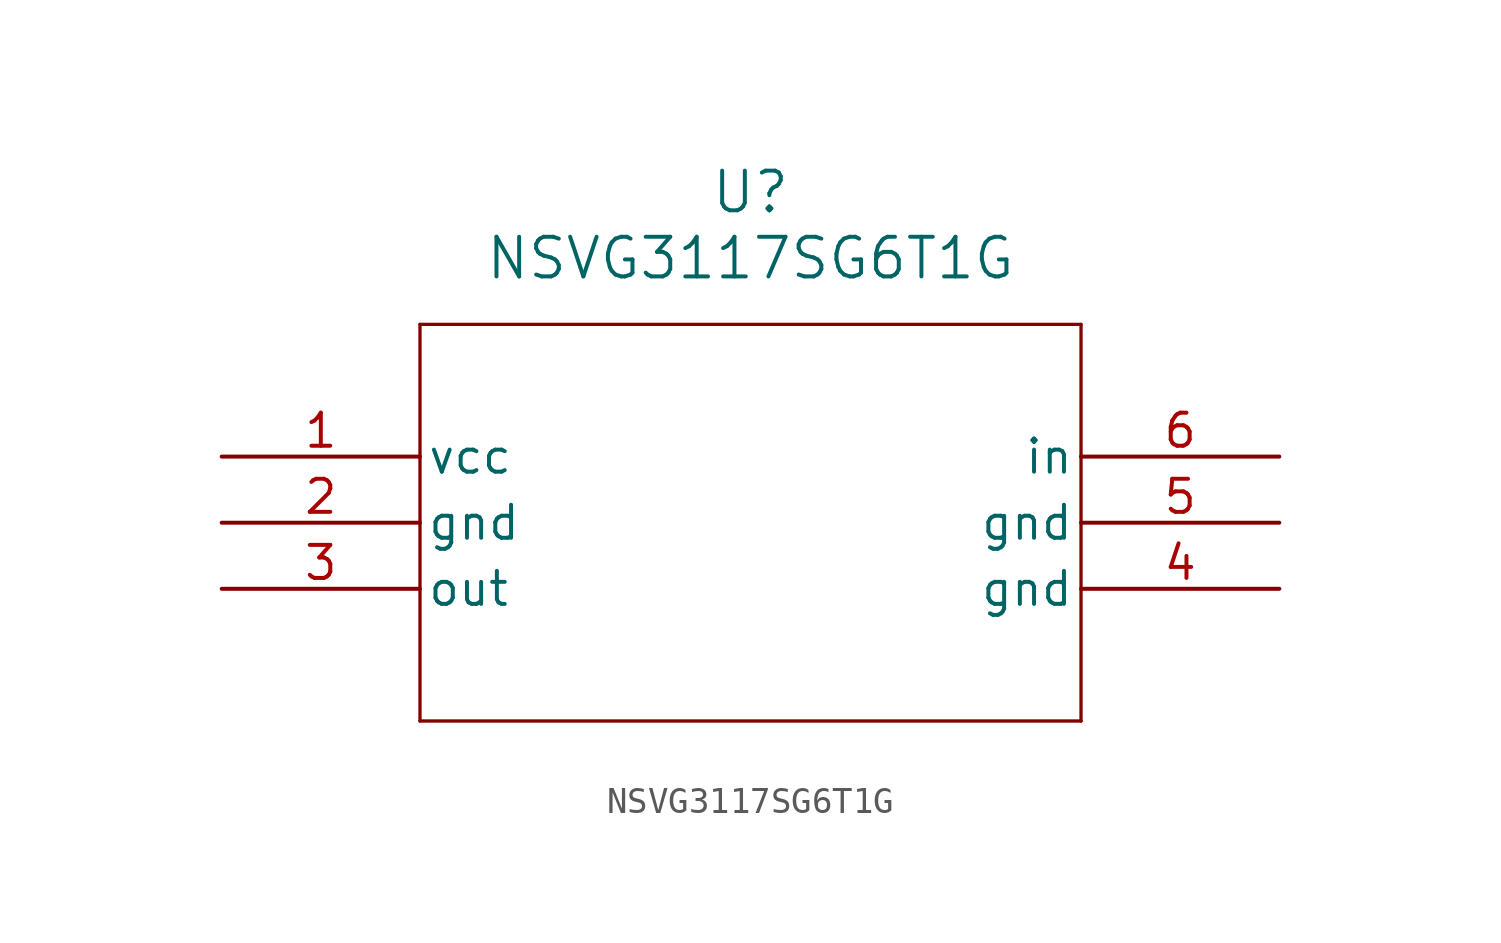
<source format=kicad_sym>
(kicad_symbol_lib
  (version 20231120)
  (generator "kicad_symbol_editor")
  (generator_version "8.0")
  (symbol "NSVG3117SG6T1G"
    (pin_names
      (offset 0.254))
    (property "Reference" "U"
      (at 20.32 10.16 0)
      (effects (font (size 1.524 1.524))))
    (property "Value" "NSVG3117SG6T1G"
      (at 20.32 7.62 0)
      (effects (font (size 1.524 1.524))))
    (property "ki_locked" ""
      (at 0 0 0)
      (effects (font (size 1.27 1.27))))
    (symbol "NSVG3117SG6T1G_0_1"
      (polyline (pts (xy 7.62 -10.16) (xy 33.02 -10.16)) (stroke (width 0.127) (type default)) (fill (type none)))
      (polyline (pts (xy 7.62 5.08) (xy 7.62 -10.16)) (stroke (width 0.127) (type default)) (fill (type none)))
      (polyline (pts (xy 33.02 -10.16) (xy 33.02 5.08)) (stroke (width 0.127) (type default)) (fill (type none)))
      (polyline (pts (xy 33.02 5.08) (xy 7.62 5.08)) (stroke (width 0.127) (type default)) (fill (type none)))
      (pin power_in line (at 0 0 0) (length 7.62) (name "vcc" (effects (font (size 1.27 1.27)))) (number "1" (effects (font (size 1.27 1.27)))))
      (pin power_out line (at 0 -2.54 0) (length 7.62) (name "gnd" (effects (font (size 1.27 1.27)))) (number "2" (effects (font (size 1.27 1.27)))))
      (pin output line (at 0 -5.08 0) (length 7.62) (name "out" (effects (font (size 1.27 1.27)))) (number "3" (effects (font (size 1.27 1.27)))))
      (pin power_out line (at 40.64 -5.08 180) (length 7.62) (name "gnd" (effects (font (size 1.27 1.27)))) (number "4" (effects (font (size 1.27 1.27)))))
      (pin power_out line (at 40.64 -2.54 180) (length 7.62) (name "gnd" (effects (font (size 1.27 1.27)))) (number "5" (effects (font (size 1.27 1.27)))))
      (pin input line (at 40.64 0 180) (length 7.62) (name "in" (effects (font (size 1.27 1.27)))) (number "6" (effects (font (size 1.27 1.27))))))))
</source>
